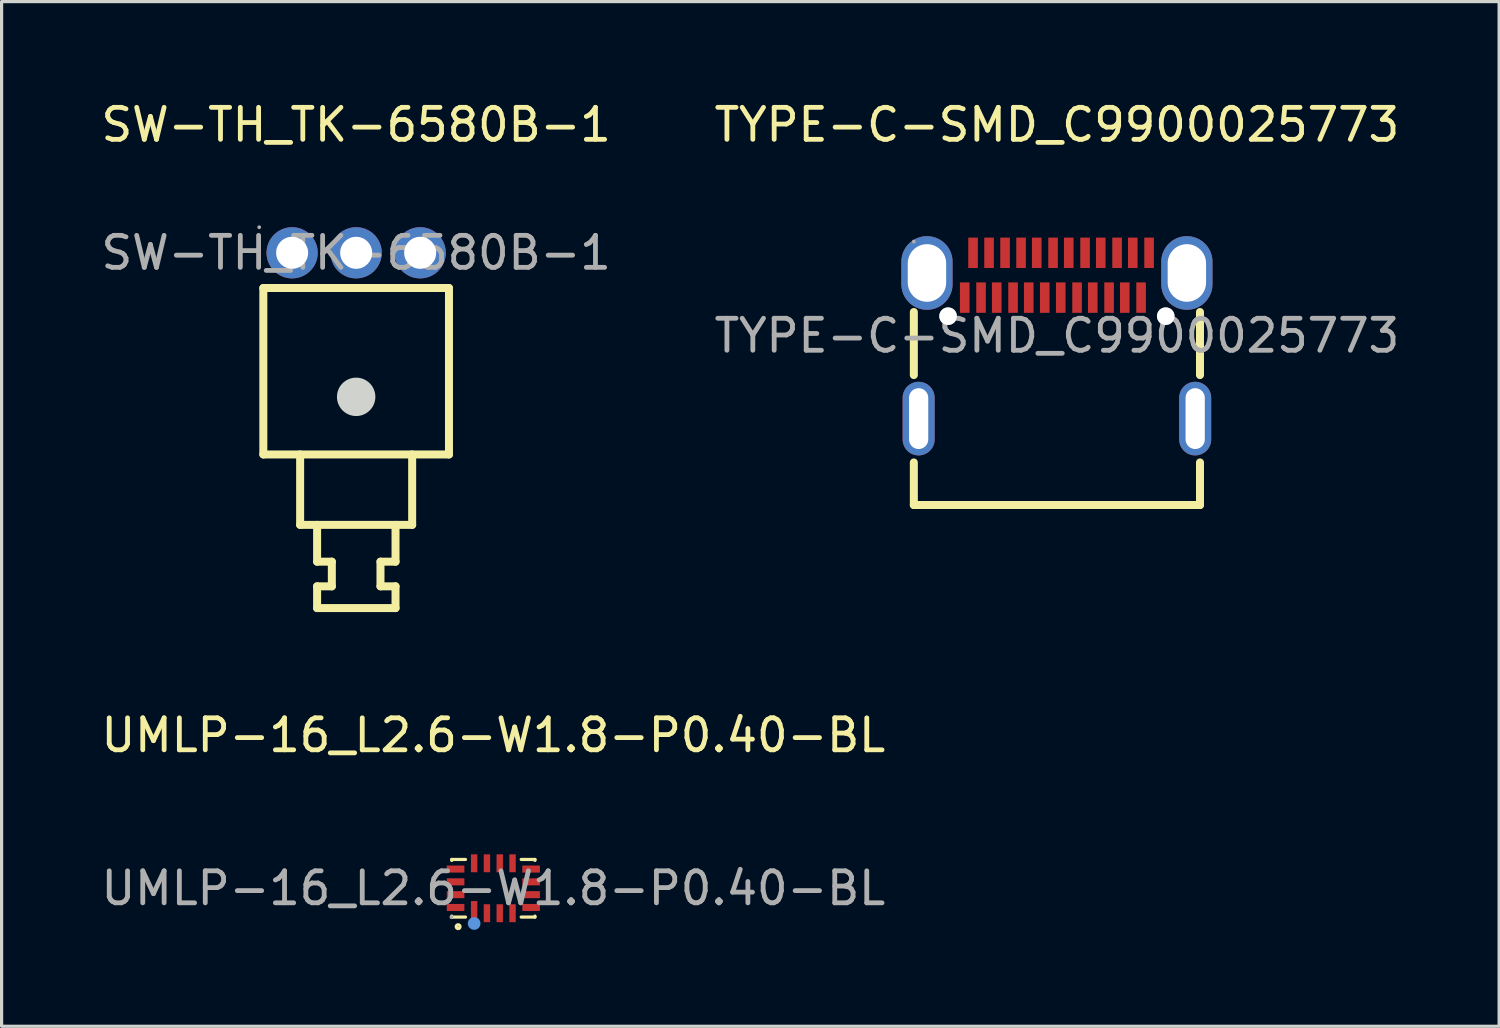
<source format=kicad_pcb>
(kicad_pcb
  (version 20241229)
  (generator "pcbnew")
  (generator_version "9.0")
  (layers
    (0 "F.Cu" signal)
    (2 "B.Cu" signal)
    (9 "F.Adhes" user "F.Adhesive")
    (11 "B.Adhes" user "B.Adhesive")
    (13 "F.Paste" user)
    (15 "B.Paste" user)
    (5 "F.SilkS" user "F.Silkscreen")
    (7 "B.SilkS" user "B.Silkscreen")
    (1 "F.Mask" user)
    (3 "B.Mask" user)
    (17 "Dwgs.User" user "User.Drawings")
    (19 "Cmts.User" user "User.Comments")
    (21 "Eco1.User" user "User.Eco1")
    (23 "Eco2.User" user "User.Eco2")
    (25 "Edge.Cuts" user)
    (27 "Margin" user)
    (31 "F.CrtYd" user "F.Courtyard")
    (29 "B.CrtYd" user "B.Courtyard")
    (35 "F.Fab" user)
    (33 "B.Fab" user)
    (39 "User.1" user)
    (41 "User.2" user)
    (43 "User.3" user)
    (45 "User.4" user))
  (footprint "TYPE-C-SMD_C9900025773"
    (layer "F.Cu")
    (at 29.97 7.438)
    (property "Reference" "TYPE-C-SMD_C9900025773" (at 0 -6.59 0) (layer "F.SilkS") (effects (font (size 1 1) (thickness 0.15))))
    (attr smd)
    (fp_line (start -4.47 -0.74) (end -4.47 1.23) (stroke (width 0.25) (type solid)) (layer "F.SilkS"))
    (fp_line (start -4.47 3.96) (end -4.47 5.29) (stroke (width 0.25) (type solid)) (layer "F.SilkS"))
    (fp_line (start -4.47 5.29) (end 4.47 5.29) (stroke (width 0.25) (type solid)) (layer "F.SilkS"))
    (fp_line (start 4.47 1.23) (end 4.47 -0.74) (stroke (width 0.25) (type solid)) (layer "F.SilkS"))
    (fp_line (start 4.47 5.29) (end 4.47 3.96) (stroke (width 0.25) (type solid)) (layer "F.SilkS"))
    (fp_circle (center -3.4 -0.61) (end -3.28 -0.61) (stroke (width 0.23) (type solid)) (fill no) (layer "Cmts.User"))
    (fp_circle (center 3.4 -0.61) (end 3.52 -0.61) (stroke (width 0.23) (type solid)) (fill no) (layer "Cmts.User"))
    (fp_circle (center -4.47 -2.94) (end -4.44 -2.94) (stroke (width 0.06) (type solid)) (fill no) (layer "F.Fab"))
    (fp_text user "${REFERENCE}" (at 0 0 0) (layer "F.Fab") (effects (font (size 1 1) (thickness 0.15))))
    (pad "" thru_hole circle (at -3.4 -0.61) (size 0.55 0.55) (drill 0.55) (layers "*.Cu" "*.Mask"))
    (pad "" thru_hole circle (at 3.4 -0.61) (size 0.55 0.55) (drill 0.55) (layers "*.Cu" "*.Mask"))
    (pad "1" thru_hole oval (at -4.06 -1.96) (size 1.6 2.3) (drill oval 1.2 1.8) (layers "*.Cu" "*.Mask"))
    (pad "2" thru_hole oval (at 4.06 -1.96) (size 1.6 2.3) (drill oval 1.2 1.8) (layers "*.Cu" "*.Mask"))
    (pad "3" thru_hole oval (at 4.32 2.59) (size 1 2.3) (drill oval 0.6 1.9) (layers "*.Cu" "*.Mask"))
    (pad "4" thru_hole oval (at -4.32 2.59) (size 1 2.3) (drill oval 0.6 1.9) (layers "*.Cu" "*.Mask"))
    (pad "A1B12" smd rect (at -2.88 -1.19) (size 0.3 0.95) (layers "F.Cu" "F.Mask" "F.Paste"))
    (pad "A1B12" smd rect (at -2.62 -2.59) (size 0.3 0.95) (layers "F.Cu" "F.Mask" "F.Paste"))
    (pad "A2" smd rect (at -2.12 -2.59) (size 0.3 0.95) (layers "F.Cu" "F.Mask" "F.Paste"))
    (pad "A3" smd rect (at -1.62 -2.59) (size 0.3 0.95) (layers "F.Cu" "F.Mask" "F.Paste"))
    (pad "A4B9" smd rect (at -1.37 -1.19) (size 0.3 0.95) (layers "F.Cu" "F.Mask" "F.Paste"))
    (pad "A4B9" smd rect (at -1.12 -2.59) (size 0.3 0.95) (layers "F.Cu" "F.Mask" "F.Paste"))
    (pad "A5" smd rect (at -0.63 -2.59) (size 0.3 0.95) (layers "F.Cu" "F.Mask" "F.Paste"))
    (pad "A6" smd rect (at -0.12 -2.59) (size 0.3 0.95) (layers "F.Cu" "F.Mask" "F.Paste"))
    (pad "A7" smd rect (at 0.37 -2.59) (size 0.3 0.95) (layers "F.Cu" "F.Mask" "F.Paste"))
    (pad "A8" smd rect (at 0.88 -2.59) (size 0.3 0.95) (layers "F.Cu" "F.Mask" "F.Paste"))
    (pad "A10" smd rect (at 1.88 -2.59) (size 0.3 0.95) (layers "F.Cu" "F.Mask" "F.Paste"))
    (pad "A11" smd rect (at 2.37 -2.59) (size 0.3 0.95) (layers "F.Cu" "F.Mask" "F.Paste"))
    (pad "B1A12" smd rect (at 2.63 -1.19) (size 0.3 0.95) (layers "F.Cu" "F.Mask" "F.Paste"))
    (pad "B1A12" smd rect (at 2.88 -2.59) (size 0.3 0.95) (layers "F.Cu" "F.Mask" "F.Paste"))
    (pad "B2" smd rect (at 2.12 -1.19) (size 0.3 0.95) (layers "F.Cu" "F.Mask" "F.Paste"))
    (pad "B3" smd rect (at 1.63 -1.19) (size 0.3 0.95) (layers "F.Cu" "F.Mask" "F.Paste"))
    (pad "B4A9" smd rect (at 1.12 -1.19) (size 0.3 0.95) (layers "F.Cu" "F.Mask" "F.Paste"))
    (pad "B4A9" smd rect (at 1.37 -2.59) (size 0.3 0.95) (layers "F.Cu" "F.Mask" "F.Paste"))
    (pad "B5" smd rect (at 0.63 -1.19) (size 0.3 0.95) (layers "F.Cu" "F.Mask" "F.Paste"))
    (pad "B6" smd rect (at 0.12 -1.19) (size 0.3 0.95) (layers "F.Cu" "F.Mask" "F.Paste"))
    (pad "B7" smd rect (at -0.38 -1.19) (size 0.3 0.95) (layers "F.Cu" "F.Mask" "F.Paste"))
    (pad "B8" smd rect (at -0.88 -1.19) (size 0.3 0.95) (layers "F.Cu" "F.Mask" "F.Paste"))
    (pad "B10" smd rect (at -1.88 -1.19) (size 0.3 0.95) (layers "F.Cu" "F.Mask" "F.Paste"))
    (pad "B11" smd rect (at -2.37 -1.19) (size 0.3 0.95) (layers "F.Cu" "F.Mask" "F.Paste")))
  (footprint "UMLP-16_L2.6-W1.8-P0.40-BL"
    (layer "F.Cu")
    (at 12.363 24.701)
    (property "Reference" "UMLP-16_L2.6-W1.8-P0.40-BL" (at 0 -4.78 0) (layer "F.SilkS") (effects (font (size 1 1) (thickness 0.15))))
    (attr smd)
    (fp_line (start -1.3 -0.9) (end -0.87 -0.9) (stroke (width 0.1) (type solid)) (layer "F.SilkS"))
    (fp_line (start -1.3 -0.87) (end -1.3 -0.9) (stroke (width 0.1) (type solid)) (layer "F.SilkS"))
    (fp_line (start -1.3 0.9) (end -1.3 0.87) (stroke (width 0.1) (type solid)) (layer "F.SilkS"))
    (fp_line (start -1.3 0.9) (end -0.87 0.9) (stroke (width 0.1) (type solid)) (layer "F.SilkS"))
    (fp_line (start 0.87 -0.9) (end 1.3 -0.9) (stroke (width 0.1) (type solid)) (layer "F.SilkS"))
    (fp_line (start 0.87 0.9) (end 1.3 0.9) (stroke (width 0.1) (type solid)) (layer "F.SilkS"))
    (fp_line (start 1.3 -0.9) (end 1.3 -0.87) (stroke (width 0.1) (type solid)) (layer "F.SilkS"))
    (fp_line (start 1.3 0.87) (end 1.3 0.9) (stroke (width 0.1) (type solid)) (layer "F.SilkS"))
    (fp_circle (center -1.1 1.2) (end -1.04 1.2) (stroke (width 0.1) (type solid)) (fill no) (layer "F.SilkS"))
    (fp_circle (center -0.6 1.1) (end -0.5 1.1) (stroke (width 0.2) (type solid)) (fill no) (layer "Cmts.User"))
    (fp_circle (center -1.31 0.9) (end -1.28 0.9) (stroke (width 0.06) (type solid)) (fill no) (layer "F.Fab"))
    (fp_text user "${REFERENCE}" (at 0 0 0) (layer "F.Fab") (effects (font (size 1 1) (thickness 0.15))))
    (pad "1" smd rect (at -0.6 0.73 90) (size 0.66 0.2) (layers "F.Cu" "F.Mask" "F.Paste"))
    (pad "2" smd rect (at -0.2 0.78) (size 0.2 0.56) (layers "F.Cu" "F.Mask" "F.Paste"))
    (pad "3" smd rect (at 0.2 0.78) (size 0.2 0.56) (layers "F.Cu" "F.Mask" "F.Paste"))
    (pad "4" smd rect (at 0.6 0.78) (size 0.2 0.56) (layers "F.Cu" "F.Mask" "F.Paste"))
    (pad "5" smd rect (at 1.18 0.6) (size 0.55 0.22) (layers "F.Cu" "F.Mask" "F.Paste"))
    (pad "6" smd rect (at 1.18 0.2) (size 0.55 0.22) (layers "F.Cu" "F.Mask" "F.Paste"))
    (pad "7" smd rect (at 1.18 -0.2) (size 0.55 0.22) (layers "F.Cu" "F.Mask" "F.Paste"))
    (pad "8" smd rect (at 1.18 -0.6) (size 0.55 0.22) (layers "F.Cu" "F.Mask" "F.Paste"))
    (pad "9" smd rect (at 0.6 -0.78) (size 0.2 0.56) (layers "F.Cu" "F.Mask" "F.Paste"))
    (pad "10" smd rect (at 0.2 -0.78) (size 0.2 0.56) (layers "F.Cu" "F.Mask" "F.Paste"))
    (pad "11" smd rect (at -0.2 -0.78) (size 0.2 0.56) (layers "F.Cu" "F.Mask" "F.Paste"))
    (pad "12" smd rect (at -0.6 -0.78) (size 0.2 0.56) (layers "F.Cu" "F.Mask" "F.Paste"))
    (pad "13" smd rect (at -1.18 -0.6) (size 0.55 0.22) (layers "F.Cu" "F.Mask" "F.Paste"))
    (pad "14" smd rect (at -1.18 -0.2) (size 0.55 0.22) (layers "F.Cu" "F.Mask" "F.Paste"))
    (pad "15" smd rect (at -1.18 0.2) (size 0.55 0.22) (layers "F.Cu" "F.Mask" "F.Paste"))
    (pad "16" smd rect (at -1.18 0.6) (size 0.55 0.22) (layers "F.Cu" "F.Mask" "F.Paste")))
  (footprint "SW-TH_TK-6580B-1"
    (layer "F.Cu")
    (at 8.077 4.848)
    (property "Reference" "SW-TH_TK-6580B-1" (at 0 -4 0) (layer "F.SilkS") (effects (font (size 1 1) (thickness 0.15))))
    (attr through_hole)
    (fp_line (start -2.9 6.3) (end -2.9 1.1) (stroke (width 0.25) (type solid)) (layer "F.SilkS"))
    (fp_line (start -1.75 6.3) (end -1.75 8.5) (stroke (width 0.25) (type solid)) (layer "F.SilkS"))
    (fp_line (start -1.22 9.65) (end -1.22 8.5) (stroke (width 0.25) (type solid)) (layer "F.SilkS"))
    (fp_line (start -1.22 10.42) (end -0.76 10.42) (stroke (width 0.25) (type solid)) (layer "F.SilkS"))
    (fp_line (start -1.22 11.1) (end -1.22 10.42) (stroke (width 0.25) (type solid)) (layer "F.SilkS"))
    (fp_line (start -1.22 11.1) (end 1.23 11.1) (stroke (width 0.25) (type solid)) (layer "F.SilkS"))
    (fp_line (start -0.76 9.65) (end -1.22 9.65) (stroke (width 0.25) (type solid)) (layer "F.SilkS"))
    (fp_line (start -0.76 10.42) (end -0.76 9.65) (stroke (width 0.25) (type solid)) (layer "F.SilkS"))
    (fp_line (start 0.76 9.65) (end 1.23 9.65) (stroke (width 0.25) (type solid)) (layer "F.SilkS"))
    (fp_line (start 0.76 10.42) (end 0.76 9.65) (stroke (width 0.25) (type solid)) (layer "F.SilkS"))
    (fp_line (start 1.23 9.65) (end 1.23 8.5) (stroke (width 0.25) (type solid)) (layer "F.SilkS"))
    (fp_line (start 1.23 10.42) (end 0.76 10.42) (stroke (width 0.25) (type solid)) (layer "F.SilkS"))
    (fp_line (start 1.23 11.1) (end 1.23 10.42) (stroke (width 0.25) (type solid)) (layer "F.SilkS"))
    (fp_line (start 1.75 6.3) (end 1.75 8.5) (stroke (width 0.25) (type solid)) (layer "F.SilkS"))
    (fp_line (start 1.75 8.5) (end -1.75 8.5) (stroke (width 0.25) (type solid)) (layer "F.SilkS"))
    (fp_line (start 2.9 1.1) (end -2.9 1.1) (stroke (width 0.25) (type solid)) (layer "F.SilkS"))
    (fp_line (start 2.9 6.3) (end -2.9 6.3) (stroke (width 0.25) (type solid)) (layer "F.SilkS"))
    (fp_line (start 2.9 6.3) (end 2.9 1.1) (stroke (width 0.25) (type solid)) (layer "F.SilkS"))
    (fp_circle (center 0 4.5) (end 0.6 4.5) (stroke (width 0) (type solid)) (fill yes) (layer "Edge.Cuts"))
    (fp_circle (center -3.03 -0.8) (end -3 -0.8) (stroke (width 0.06) (type solid)) (fill no) (layer "F.Fab"))
    (fp_circle (center -2 0) (end -1.8 0) (stroke (width 0.4) (type solid)) (fill no) (layer "F.Fab"))
    (fp_circle (center 0 0) (end 0.2 0) (stroke (width 0.4) (type solid)) (fill no) (layer "F.Fab"))
    (fp_circle (center 0 4.5) (end 0.25 4.5) (stroke (width 0.5) (type solid)) (fill no) (layer "F.Fab"))
    (fp_circle (center 2 0) (end 2.2 0) (stroke (width 0.4) (type solid)) (fill no) (layer "F.Fab"))
    (fp_text user "${REFERENCE}" (at 0 0 0) (layer "F.Fab") (effects (font (size 1 1) (thickness 0.15))))
    (pad "1" thru_hole circle (at -2 0 180) (size 1.6 1.6) (drill 1) (layers "*.Cu" "*.Mask"))
    (pad "2" thru_hole circle (at 0 0 180) (size 1.6 1.6) (drill 1) (layers "*.Cu" "*.Mask"))
    (pad "3" thru_hole circle (at 2 0 180) (size 1.6 1.6) (drill 1) (layers "*.Cu" "*.Mask")))
  (gr_rect
    (start -3 -3)
    (end 43.786 29.012)
    (stroke (width 0.1) (type default))
    (fill no)
    (layer "Edge.Cuts")))
</source>
